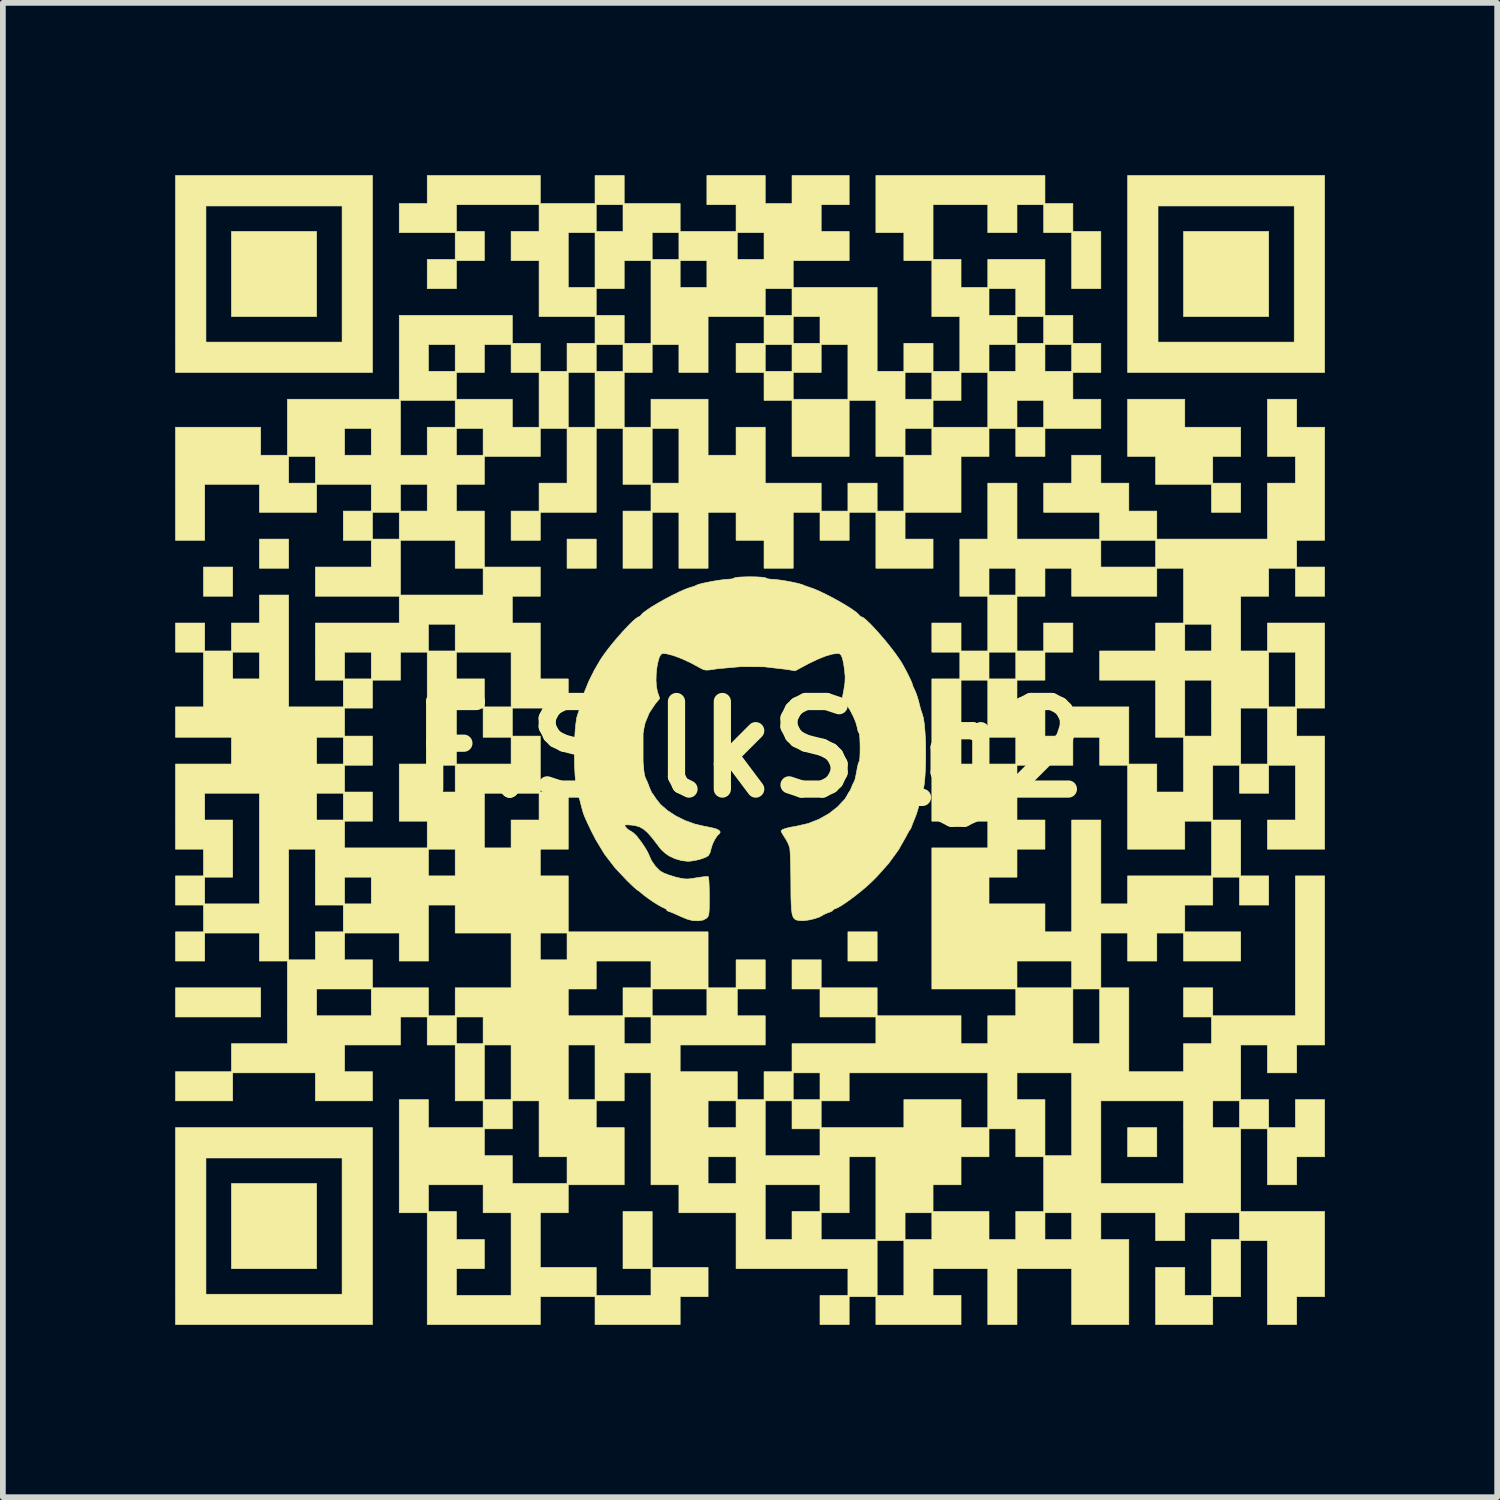
<source format=kicad_pcb>
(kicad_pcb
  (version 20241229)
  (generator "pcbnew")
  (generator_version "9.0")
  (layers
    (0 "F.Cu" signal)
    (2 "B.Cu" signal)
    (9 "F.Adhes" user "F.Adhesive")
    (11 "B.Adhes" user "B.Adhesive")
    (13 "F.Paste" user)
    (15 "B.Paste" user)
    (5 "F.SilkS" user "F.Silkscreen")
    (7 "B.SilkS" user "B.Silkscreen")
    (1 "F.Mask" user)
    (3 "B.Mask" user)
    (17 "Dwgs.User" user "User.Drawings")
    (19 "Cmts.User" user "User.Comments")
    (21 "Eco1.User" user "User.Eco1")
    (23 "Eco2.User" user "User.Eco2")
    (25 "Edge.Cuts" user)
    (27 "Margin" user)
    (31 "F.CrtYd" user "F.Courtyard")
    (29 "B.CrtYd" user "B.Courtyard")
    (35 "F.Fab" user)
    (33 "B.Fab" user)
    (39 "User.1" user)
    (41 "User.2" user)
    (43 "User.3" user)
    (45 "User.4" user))
  (footprint "F.SilkS_g2"
    (layer "F.Cu")
    (at 9.996 9.996)
    (property "Reference" "F.SilkS_g2" (at 0 0 0) (layer "F.SilkS") (effects (font (size 1.524 1.524) (thickness 0.3))))
    (attr through_hole)
    (fp_poly (pts (xy -8.996 -2.667) (xy -9.504 -2.667) (xy -9.504 -3.175) (xy -8.996 -3.175) (xy -8.996 -2.667)) (stroke (width 0.01) (type solid)) (fill yes) (layer "F.SilkS"))
    (fp_poly (pts (xy -8.509 4.657) (xy -9.991 4.657) (xy -9.991 4.149) (xy -8.509 4.149) (xy -8.509 4.657)) (stroke (width 0.01) (type solid)) (fill yes) (layer "F.SilkS"))
    (fp_poly (pts (xy -8.022 -3.154) (xy -8.53 -3.154) (xy -8.53 -3.662) (xy -8.022 -3.662) (xy -8.022 -3.154)) (stroke (width 0.01) (type solid)) (fill yes) (layer "F.SilkS"))
    (fp_poly (pts (xy -7.535 -7.535) (xy -9.017 -7.535) (xy -9.017 -9.017) (xy -7.535 -9.017) (xy -7.535 -7.535)) (stroke (width 0.01) (type solid)) (fill yes) (layer "F.SilkS"))
    (fp_poly (pts (xy -7.535 9.038) (xy -9.017 9.038) (xy -9.017 7.556) (xy -7.535 7.556) (xy -7.535 9.038)) (stroke (width 0.01) (type solid)) (fill yes) (layer "F.SilkS"))
    (fp_poly (pts (xy -2.667 -3.154) (xy -3.175 -3.154) (xy -3.175 -3.662) (xy -2.667 -3.662) (xy -2.667 -3.154)) (stroke (width 0.01) (type solid)) (fill yes) (layer "F.SilkS"))
    (fp_poly (pts (xy 2.223 3.683) (xy 1.714 3.683) (xy 1.714 3.175) (xy 2.223 3.175) (xy 2.223 3.683)) (stroke (width 0.01) (type solid)) (fill yes) (layer "F.SilkS"))
    (fp_poly (pts (xy 7.091 7.091) (xy 6.583 7.091) (xy 6.583 6.583) (xy 7.091 6.583) (xy 7.091 7.091)) (stroke (width 0.01) (type solid)) (fill yes) (layer "F.SilkS"))
    (fp_poly (pts (xy 9.038 -7.535) (xy 7.556 -7.535) (xy 7.556 -9.017) (xy 9.038 -9.017) (xy 9.038 -7.535)) (stroke (width 0.01) (type solid)) (fill yes) (layer "F.SilkS"))
    (fp_poly (pts (xy -6.562 -6.562) (xy -9.991 -6.562) (xy -9.991 -9.461) (xy -9.461 -9.461) (xy -9.461 -7.091) (xy -7.091 -7.091) (xy -7.091 -9.461) (xy -9.461 -9.461) (xy -9.991 -9.461) (xy -9.991 -9.991) (xy -6.562 -9.991) (xy -6.562 -6.562)) (stroke (width 0.01) (type solid)) (fill yes) (layer "F.SilkS"))
    (fp_poly (pts (xy -6.562 10.012) (xy -9.991 10.012) (xy -9.991 7.112) (xy -9.461 7.112) (xy -9.461 9.483) (xy -7.091 9.483) (xy -7.091 7.112) (xy -9.461 7.112) (xy -9.991 7.112) (xy -9.991 6.583) (xy -6.562 6.583) (xy -6.562 10.012)) (stroke (width 0.01) (type solid)) (fill yes) (layer "F.SilkS"))
    (fp_poly (pts (xy 10.012 -6.562) (xy 6.583 -6.562) (xy 6.583 -9.461) (xy 7.112 -9.461) (xy 7.112 -7.091) (xy 9.483 -7.091) (xy 9.483 -9.461) (xy 7.112 -9.461) (xy 6.583 -9.461) (xy 6.583 -9.991) (xy 10.012 -9.991) (xy 10.012 -6.562)) (stroke (width 0.01) (type solid)) (fill yes) (layer "F.SilkS"))
    (fp_poly (pts (xy 7.578 -5.609) (xy 8.551 -5.609) (xy 8.551 -5.101) (xy 8.065 -5.101) (xy 8.065 -4.636) (xy 8.551 -4.636) (xy 8.551 -4.128) (xy 8.043 -4.128) (xy 8.043 -4.614) (xy 7.07 -4.614) (xy 7.07 -5.101) (xy 6.583 -5.101) (xy 6.583 -6.096) (xy 7.578 -6.096) (xy 7.578 -5.609)) (stroke (width 0.01) (type solid)) (fill yes) (layer "F.SilkS"))
    (fp_poly (pts (xy 0.119 -3.004) (xy 0.205 -2.999) (xy 0.264 -2.992) (xy 0.286 -2.985) (xy 0.314 -2.971) (xy 0.366 -2.964) (xy 0.379 -2.963) (xy 0.449 -2.959) (xy 0.543 -2.947) (xy 0.648 -2.931) (xy 0.752 -2.911) (xy 0.843 -2.891) (xy 0.908 -2.873) (xy 0.921 -2.868) (xy 0.984 -2.843) (xy 1.037 -2.825) (xy 1.12 -2.796) (xy 1.224 -2.752) (xy 1.339 -2.696) (xy 1.461 -2.633) (xy 1.581 -2.566) (xy 1.693 -2.5) (xy 1.789 -2.438) (xy 1.863 -2.385) (xy 1.906 -2.344) (xy 1.911 -2.336) (xy 1.941 -2.31) (xy 1.954 -2.307) (xy 1.987 -2.291) (xy 2.04 -2.246) (xy 2.11 -2.179) (xy 2.191 -2.093) (xy 2.279 -1.994) (xy 2.369 -1.889) (xy 2.456 -1.781) (xy 2.536 -1.676) (xy 2.604 -1.58) (xy 2.641 -1.524) (xy 2.679 -1.458) (xy 2.722 -1.379) (xy 2.764 -1.297) (xy 2.8 -1.223) (xy 2.826 -1.165) (xy 2.836 -1.134) (xy 2.836 -1.133) (xy 2.846 -1.101) (xy 2.869 -1.05) (xy 2.876 -1.037) (xy 2.901 -0.978) (xy 2.929 -0.896) (xy 2.951 -0.815) (xy 2.971 -0.735) (xy 2.991 -0.667) (xy 3.006 -0.625) (xy 3.006 -0.624) (xy 3.026 -0.556) (xy 3.043 -0.452) (xy 3.055 -0.322) (xy 3.064 -0.173) (xy 3.068 -0.012) (xy 3.068 0.153) (xy 3.064 0.315) (xy 3.056 0.465) (xy 3.044 0.596) (xy 3.027 0.701) (xy 3.007 0.772) (xy 3.007 0.773) (xy 2.993 0.814) (xy 2.973 0.882) (xy 2.953 0.962) (xy 2.93 1.051) (xy 2.902 1.137) (xy 2.88 1.194) (xy 2.852 1.261) (xy 2.829 1.321) (xy 2.825 1.333) (xy 2.808 1.377) (xy 2.794 1.397) (xy 2.777 1.421) (xy 2.749 1.47) (xy 2.733 1.503) (xy 2.596 1.746) (xy 2.423 1.984) (xy 2.212 2.22) (xy 2.124 2.307) (xy 2.039 2.385) (xy 1.943 2.466) (xy 1.841 2.547) (xy 1.741 2.622) (xy 1.648 2.687) (xy 1.57 2.736) (xy 1.513 2.766) (xy 1.489 2.773) (xy 1.463 2.785) (xy 1.46 2.792) (xy 1.442 2.811) (xy 1.397 2.832) (xy 1.381 2.837) (xy 1.321 2.861) (xy 1.275 2.885) (xy 1.27 2.889) (xy 1.215 2.918) (xy 1.132 2.946) (xy 1.038 2.968) (xy 0.949 2.98) (xy 0.898 2.98) (xy 0.849 2.976) (xy 0.81 2.966) (xy 0.78 2.946) (xy 0.758 2.912) (xy 0.742 2.86) (xy 0.732 2.784) (xy 0.726 2.681) (xy 0.722 2.546) (xy 0.721 2.374) (xy 0.721 2.318) (xy 0.719 2.168) (xy 0.717 2.028) (xy 0.713 1.905) (xy 0.709 1.806) (xy 0.704 1.737) (xy 0.701 1.711) (xy 0.678 1.647) (xy 0.64 1.573) (xy 0.616 1.535) (xy 0.58 1.478) (xy 0.556 1.435) (xy 0.55 1.42) (xy 0.571 1.397) (xy 0.63 1.374) (xy 0.724 1.352) (xy 0.821 1.335) (xy 1.022 1.289) (xy 1.213 1.214) (xy 1.387 1.115) (xy 1.539 0.996) (xy 1.663 0.861) (xy 1.753 0.715) (xy 1.77 0.675) (xy 1.795 0.614) (xy 1.817 0.569) (xy 1.824 0.558) (xy 1.836 0.527) (xy 1.85 0.466) (xy 1.865 0.388) (xy 1.868 0.373) (xy 1.882 0.297) (xy 1.896 0.24) (xy 1.908 0.213) (xy 1.91 0.212) (xy 1.917 0.192) (xy 1.922 0.141) (xy 1.925 0.067) (xy 1.926 -0.019) (xy 1.925 -0.107) (xy 1.922 -0.187) (xy 1.917 -0.248) (xy 1.91 -0.281) (xy 1.908 -0.284) (xy 1.893 -0.31) (xy 1.879 -0.363) (xy 1.875 -0.386) (xy 1.852 -0.47) (xy 1.809 -0.573) (xy 1.754 -0.68) (xy 1.693 -0.776) (xy 1.672 -0.804) (xy 1.613 -0.878) (xy 1.645 -1.048) (xy 1.662 -1.162) (xy 1.666 -1.264) (xy 1.656 -1.377) (xy 1.655 -1.386) (xy 1.637 -1.506) (xy 1.618 -1.589) (xy 1.596 -1.64) (xy 1.569 -1.666) (xy 1.54 -1.672) (xy 1.444 -1.66) (xy 1.323 -1.625) (xy 1.184 -1.569) (xy 1.034 -1.497) (xy 1.017 -1.488) (xy 0.796 -1.369) (xy 0.644 -1.394) (xy 0.256 -1.439) (xy -0.143 -1.442) (xy -0.547 -1.406) (xy -0.614 -1.396) (xy -0.696 -1.384) (xy -0.751 -1.381) (xy -0.793 -1.388) (xy -0.836 -1.407) (xy -0.868 -1.425) (xy -1.03 -1.512) (xy -1.185 -1.583) (xy -1.324 -1.635) (xy -1.442 -1.665) (xy -1.511 -1.672) (xy -1.543 -1.652) (xy -1.571 -1.599) (xy -1.594 -1.519) (xy -1.612 -1.421) (xy -1.623 -1.314) (xy -1.626 -1.205) (xy -1.62 -1.102) (xy -1.604 -1.015) (xy -1.599 -0.997) (xy -1.562 -0.888) (xy -1.638 -0.795) (xy -1.744 -0.637) (xy -1.817 -0.459) (xy -1.86 -0.257) (xy -1.872 -0.029) (xy -1.862 0.158) (xy -1.848 0.29) (xy -1.836 0.387) (xy -1.824 0.454) (xy -1.811 0.497) (xy -1.8 0.519) (xy -1.785 0.549) (xy -1.762 0.605) (xy -1.747 0.646) (xy -1.722 0.707) (xy -1.702 0.75) (xy -1.694 0.762) (xy -1.676 0.785) (xy -1.645 0.831) (xy -1.632 0.852) (xy -1.547 0.959) (xy -1.428 1.062) (xy -1.283 1.157) (xy -1.121 1.237) (xy -0.95 1.299) (xy -0.804 1.333) (xy -0.718 1.35) (xy -0.635 1.368) (xy -0.587 1.38) (xy -0.531 1.406) (xy -0.508 1.437) (xy -0.523 1.466) (xy -0.53 1.472) (xy -0.566 1.509) (xy -0.606 1.572) (xy -0.642 1.646) (xy -0.665 1.717) (xy -0.669 1.734) (xy -0.686 1.797) (xy -0.713 1.845) (xy -0.719 1.851) (xy -0.765 1.878) (xy -0.839 1.905) (xy -0.927 1.928) (xy -1.014 1.943) (xy -1.072 1.947) (xy -1.181 1.935) (xy -1.297 1.901) (xy -1.401 1.852) (xy -1.457 1.813) (xy -1.505 1.771) (xy -1.535 1.743) (xy -1.56 1.713) (xy -1.594 1.668) (xy -1.598 1.662) (xy -1.692 1.54) (xy -1.771 1.45) (xy -1.843 1.387) (xy -1.914 1.347) (xy -1.99 1.325) (xy -2.06 1.316) (xy -2.129 1.312) (xy -2.163 1.314) (xy -2.17 1.325) (xy -2.158 1.348) (xy -2.156 1.351) (xy -2.116 1.392) (xy -2.068 1.421) (xy -2.018 1.454) (xy -1.965 1.505) (xy -1.951 1.522) (xy -1.913 1.573) (xy -1.884 1.611) (xy -1.878 1.619) (xy -1.832 1.686) (xy -1.788 1.758) (xy -1.756 1.82) (xy -1.746 1.845) (xy -1.705 1.936) (xy -1.64 2.029) (xy -1.567 2.105) (xy -1.548 2.12) (xy -1.49 2.152) (xy -1.405 2.185) (xy -1.309 2.215) (xy -1.289 2.221) (xy -1.198 2.242) (xy -1.131 2.253) (xy -1.071 2.255) (xy -1.001 2.247) (xy -0.922 2.234) (xy -0.837 2.221) (xy -0.768 2.213) (xy -0.725 2.212) (xy -0.717 2.213) (xy -0.711 2.237) (xy -0.705 2.296) (xy -0.701 2.383) (xy -0.699 2.489) (xy -0.699 2.559) (xy -0.699 2.685) (xy -0.7 2.776) (xy -0.704 2.838) (xy -0.71 2.88) (xy -0.721 2.907) (xy -0.736 2.927) (xy -0.747 2.938) (xy -0.807 2.97) (xy -0.892 2.983) (xy -0.988 2.979) (xy -1.069 2.959) (xy -1.121 2.939) (xy -1.195 2.908) (xy -1.265 2.876) (xy -1.334 2.846) (xy -1.389 2.824) (xy -1.418 2.815) (xy -1.418 2.815) (xy -1.439 2.8) (xy -1.439 2.795) (xy -1.457 2.774) (xy -1.485 2.761) (xy -1.531 2.74) (xy -1.6 2.7) (xy -1.681 2.649) (xy -1.761 2.594) (xy -1.83 2.543) (xy -1.869 2.51) (xy -1.91 2.475) (xy -1.938 2.456) (xy -1.941 2.455) (xy -1.96 2.441) (xy -2.003 2.404) (xy -2.063 2.348) (xy -2.132 2.281) (xy -2.343 2.056) (xy -2.522 1.823) (xy -2.676 1.569) (xy -2.748 1.429) (xy -2.804 1.312) (xy -2.845 1.224) (xy -2.875 1.155) (xy -2.896 1.096) (xy -2.913 1.037) (xy -2.93 0.969) (xy -2.932 0.963) (xy -2.952 0.883) (xy -2.971 0.815) (xy -2.985 0.773) (xy -2.985 0.773) (xy -3.006 0.7) (xy -3.023 0.594) (xy -3.035 0.461) (xy -3.043 0.31) (xy -3.047 0.148) (xy -3.047 -0.017) (xy -3.043 -0.178) (xy -3.034 -0.328) (xy -3.021 -0.457) (xy -3.005 -0.56) (xy -2.985 -0.624) (xy -2.97 -0.666) (xy -2.95 -0.734) (xy -2.93 -0.813) (xy -2.876 -0.99) (xy -2.798 -1.183) (xy -2.701 -1.378) (xy -2.593 -1.564) (xy -2.529 -1.657) (xy -2.457 -1.754) (xy -2.375 -1.856) (xy -2.287 -1.96) (xy -2.199 -2.059) (xy -2.115 -2.148) (xy -2.041 -2.222) (xy -1.981 -2.276) (xy -1.94 -2.304) (xy -1.929 -2.307) (xy -1.9 -2.323) (xy -1.89 -2.336) (xy -1.855 -2.374) (xy -1.787 -2.425) (xy -1.696 -2.486) (xy -1.587 -2.551) (xy -1.468 -2.618) (xy -1.346 -2.682) (xy -1.228 -2.74) (xy -1.122 -2.787) (xy -1.034 -2.819) (xy -1.005 -2.827) (xy -0.952 -2.844) (xy -0.918 -2.861) (xy -0.885 -2.874) (xy -0.82 -2.891) (xy -0.734 -2.909) (xy -0.638 -2.928) (xy -0.54 -2.944) (xy -0.452 -2.956) (xy -0.383 -2.963) (xy -0.366 -2.963) (xy -0.308 -2.968) (xy -0.27 -2.98) (xy -0.265 -2.985) (xy -0.239 -2.993) (xy -0.178 -3) (xy -0.089 -3.004) (xy 0.011 -3.006) (xy 0.119 -3.004)) (stroke (width 0.01) (type solid)) (fill yes) (layer "F.SilkS"))
    (fp_poly (pts (xy -3.641 -9.504) (xy -2.688 -9.504) (xy -2.688 -9.991) (xy -2.18 -9.991) (xy -2.18 -9.504) (xy -1.206 -9.504) (xy -1.206 -9.017) (xy -0.233 -9.017) (xy -0.233 -9.483) (xy -0.741 -9.483) (xy -0.741 -9.991) (xy 0.275 -9.991) (xy 0.275 -9.504) (xy 0.741 -9.504) (xy 0.741 -9.991) (xy 1.736 -9.991) (xy 1.736 -9.483) (xy 1.249 -9.483) (xy 1.249 -9.017) (xy 1.736 -9.017) (xy 1.736 -8.509) (xy 0.762 -8.509) (xy 0.762 -8.043) (xy 2.223 -8.043) (xy 2.223 -6.583) (xy 2.688 -6.583) (xy 2.688 -7.07) (xy 3.196 -7.07) (xy 3.196 -6.583) (xy 3.662 -6.583) (xy 3.662 -7.048) (xy 4.17 -7.048) (xy 4.17 -6.583) (xy 4.636 -6.583) (xy 4.636 -7.048) (xy 5.144 -7.048) (xy 5.144 -6.583) (xy 5.609 -6.583) (xy 5.609 -7.048) (xy 5.144 -7.048) (xy 4.636 -7.048) (xy 4.17 -7.048) (xy 3.662 -7.048) (xy 3.662 -7.535) (xy 4.657 -7.535) (xy 4.657 -7.07) (xy 5.122 -7.07) (xy 5.122 -7.535) (xy 4.657 -7.535) (xy 3.662 -7.535) (xy 3.175 -7.535) (xy 3.175 -8.022) (xy 4.17 -8.022) (xy 4.17 -7.556) (xy 4.636 -7.556) (xy 4.636 -8.022) (xy 4.17 -8.022) (xy 3.175 -8.022) (xy 3.175 -8.509) (xy 2.688 -8.509) (xy 2.688 -8.996) (xy 2.201 -8.996) (xy 2.201 -9.991) (xy 5.144 -9.991) (xy 5.144 -9.504) (xy 5.63 -9.504) (xy 5.63 -9.017) (xy 6.117 -9.017) (xy 6.117 -8.022) (xy 5.609 -8.022) (xy 5.609 -8.996) (xy 5.122 -8.996) (xy 5.122 -9.483) (xy 4.657 -9.483) (xy 4.657 -8.996) (xy 4.149 -8.996) (xy 4.149 -9.483) (xy 3.196 -9.483) (xy 3.196 -8.53) (xy 3.683 -8.53) (xy 3.683 -8.043) (xy 4.149 -8.043) (xy 4.149 -8.53) (xy 5.144 -8.53) (xy 5.144 -7.556) (xy 5.63 -7.556) (xy 5.63 -7.07) (xy 6.117 -7.07) (xy 6.117 -6.562) (xy 5.63 -6.562) (xy 5.63 -6.096) (xy 6.117 -6.096) (xy 6.117 -5.588) (xy 5.144 -5.588) (xy 5.144 -5.101) (xy 4.636 -5.101) (xy 4.636 -5.588) (xy 4.17 -5.588) (xy 4.17 -5.101) (xy 3.683 -5.101) (xy 3.683 -4.128) (xy 2.709 -4.128) (xy 2.709 -3.662) (xy 3.196 -3.662) (xy 3.196 -3.154) (xy 2.201 -3.154) (xy 2.201 -4.128) (xy 1.736 -4.128) (xy 1.736 -3.641) (xy 1.228 -3.641) (xy 1.228 -4.128) (xy 0.762 -4.128) (xy 0.762 -3.154) (xy 0.254 -3.154) (xy 0.254 -3.641) (xy -0.233 -3.641) (xy -0.233 -4.128) (xy -0.72 -4.128) (xy -0.72 -3.154) (xy -1.228 -3.154) (xy -1.228 -4.128) (xy -1.693 -4.128) (xy -1.693 -3.154) (xy -2.201 -3.154) (xy -2.201 -4.149) (xy -1.714 -4.149) (xy -1.714 -4.614) (xy -2.201 -4.614) (xy -2.201 -5.588) (xy -1.693 -5.588) (xy -1.693 -4.636) (xy -1.228 -4.636) (xy -1.228 -5.588) (xy -1.693 -5.588) (xy -2.201 -5.588) (xy -2.667 -5.588) (xy -2.667 -4.128) (xy -3.641 -4.128) (xy -3.641 -3.641) (xy -4.149 -3.641) (xy -4.149 -4.149) (xy -3.662 -4.149) (xy -3.662 -4.636) (xy -3.175 -4.636) (xy -3.175 -5.588) (xy -3.641 -5.588) (xy -3.641 -5.101) (xy -4.614 -5.101) (xy -4.614 -4.614) (xy -5.101 -4.614) (xy -5.101 -4.149) (xy -4.614 -4.149) (xy -4.614 -3.175) (xy -3.641 -3.175) (xy -3.641 -2.667) (xy -4.128 -2.667) (xy -4.128 -2.201) (xy -3.641 -2.201) (xy -3.641 -1.228) (xy -3.154 -1.228) (xy -3.154 -0.72) (xy -4.128 -0.72) (xy -4.128 -0.233) (xy -3.641 -0.233) (xy -3.641 0.741) (xy -3.154 0.741) (xy -3.154 1.736) (xy -3.641 1.736) (xy -3.641 2.201) (xy -3.154 2.201) (xy -3.154 3.175) (xy -0.72 3.175) (xy -0.72 4.149) (xy -0.233 4.149) (xy -0.233 3.662) (xy 0.275 3.662) (xy 0.275 4.17) (xy -0.212 4.17) (xy -0.212 4.636) (xy 0.275 4.636) (xy 0.275 5.144) (xy -1.206 5.144) (xy -1.206 5.609) (xy -0.212 5.609) (xy -0.212 6.096) (xy 0.254 6.096) (xy 0.254 5.63) (xy 0.762 5.63) (xy 0.762 6.096) (xy 1.228 6.096) (xy 1.228 5.63) (xy 0.762 5.63) (xy 0.254 5.63) (xy 0.254 5.609) (xy 0.741 5.609) (xy 0.741 5.122) (xy 2.201 5.122) (xy 2.201 4.657) (xy 1.228 4.657) (xy 1.228 4.17) (xy 0.741 4.17) (xy 0.741 3.662) (xy 1.249 3.662) (xy 1.249 4.149) (xy 2.223 4.149) (xy 2.223 4.636) (xy 3.683 4.636) (xy 3.683 5.122) (xy 4.149 5.122) (xy 4.149 4.636) (xy 4.636 4.636) (xy 4.636 4.17) (xy 5.63 4.17) (xy 5.63 5.122) (xy 6.096 5.122) (xy 6.096 4.17) (xy 5.63 4.17) (xy 4.636 4.17) (xy 3.175 4.17) (xy 3.175 3.683) (xy 4.657 3.683) (xy 4.657 4.149) (xy 5.609 4.149) (xy 5.609 3.683) (xy 4.657 3.683) (xy 3.175 3.683) (xy 3.175 2.223) (xy 4.17 2.223) (xy 4.17 2.688) (xy 5.144 2.688) (xy 5.144 3.175) (xy 5.609 3.175) (xy 5.609 1.228) (xy 6.117 1.228) (xy 6.117 2.688) (xy 6.583 2.688) (xy 6.583 2.201) (xy 8.043 2.201) (xy 8.043 1.249) (xy 7.578 1.249) (xy 7.578 1.736) (xy 6.583 1.736) (xy 6.583 0.275) (xy 6.096 0.275) (xy 6.096 -0.212) (xy 5.63 -0.212) (xy 5.63 0.275) (xy 4.657 0.275) (xy 4.657 1.228) (xy 5.144 1.228) (xy 5.144 1.736) (xy 4.657 1.736) (xy 4.657 2.223) (xy 4.17 2.223) (xy 3.175 2.223) (xy 3.175 1.714) (xy 4.149 1.714) (xy 4.149 1.249) (xy 3.175 1.249) (xy 3.175 -1.206) (xy 3.683 -1.206) (xy 3.683 0.254) (xy 4.636 0.254) (xy 4.636 -0.212) (xy 4.149 -0.212) (xy 4.149 -1.206) (xy 3.683 -1.206) (xy 3.175 -1.206) (xy 3.175 -1.228) (xy 3.662 -1.228) (xy 3.662 -1.693) (xy 4.17 -1.693) (xy 4.17 -1.228) (xy 4.636 -1.228) (xy 4.636 -1.693) (xy 4.17 -1.693) (xy 3.662 -1.693) (xy 3.175 -1.693) (xy 3.175 -2.201) (xy 3.683 -2.201) (xy 3.683 -1.714) (xy 4.149 -1.714) (xy 4.149 -2.667) (xy 4.657 -2.667) (xy 4.657 -1.714) (xy 5.122 -1.714) (xy 5.122 -2.201) (xy 5.63 -2.201) (xy 5.63 -1.693) (xy 5.144 -1.693) (xy 5.144 -1.206) (xy 4.657 -1.206) (xy 4.657 -0.741) (xy 5.144 -0.741) (xy 5.144 -0.233) (xy 5.609 -0.233) (xy 5.609 -0.741) (xy 6.604 -0.741) (xy 6.604 0.254) (xy 7.091 0.254) (xy 7.091 0.741) (xy 7.556 0.741) (xy 7.556 -0.212) (xy 7.07 -0.212) (xy 7.07 -1.206) (xy 7.578 -1.206) (xy 7.578 -0.233) (xy 8.043 -0.233) (xy 8.043 -0.72) (xy 8.551 -0.72) (xy 8.551 0.254) (xy 9.017 0.254) (xy 9.017 -0.72) (xy 8.551 -0.72) (xy 8.043 -0.72) (xy 8.043 -1.206) (xy 7.578 -1.206) (xy 7.07 -1.206) (xy 6.096 -1.206) (xy 6.096 -1.693) (xy 9.038 -1.693) (xy 9.038 -0.741) (xy 9.504 -0.741) (xy 9.504 -1.693) (xy 9.038 -1.693) (xy 6.096 -1.693) (xy 6.096 -1.714) (xy 7.07 -1.714) (xy 7.07 -2.18) (xy 7.578 -2.18) (xy 7.578 -1.714) (xy 8.043 -1.714) (xy 8.043 -2.18) (xy 7.578 -2.18) (xy 7.07 -2.18) (xy 7.07 -2.201) (xy 7.556 -2.201) (xy 7.556 -3.154) (xy 7.091 -3.154) (xy 7.091 -2.667) (xy 5.609 -2.667) (xy 5.609 -3.154) (xy 5.144 -3.154) (xy 5.144 -2.667) (xy 4.657 -2.667) (xy 4.149 -2.667) (xy 3.662 -2.667) (xy 3.662 -3.154) (xy 4.17 -3.154) (xy 4.17 -2.688) (xy 4.636 -2.688) (xy 4.636 -3.154) (xy 4.17 -3.154) (xy 3.662 -3.154) (xy 3.662 -3.641) (xy 6.117 -3.641) (xy 6.117 -3.175) (xy 7.07 -3.175) (xy 7.07 -3.641) (xy 6.117 -3.641) (xy 3.662 -3.641) (xy 3.662 -3.662) (xy 4.149 -3.662) (xy 4.149 -4.636) (xy 4.657 -4.636) (xy 4.657 -3.662) (xy 6.096 -3.662) (xy 6.096 -4.128) (xy 5.122 -4.128) (xy 5.122 -4.636) (xy 5.609 -4.636) (xy 5.609 -5.122) (xy 6.117 -5.122) (xy 6.117 -4.636) (xy 6.604 -4.636) (xy 6.604 -4.149) (xy 7.091 -4.149) (xy 7.091 -3.662) (xy 9.017 -3.662) (xy 9.017 -4.636) (xy 9.504 -4.636) (xy 9.504 -5.101) (xy 9.017 -5.101) (xy 9.017 -6.096) (xy 9.525 -6.096) (xy 9.525 -5.609) (xy 10.012 -5.609) (xy 10.012 -3.641) (xy 9.525 -3.641) (xy 9.525 -3.175) (xy 10.012 -3.175) (xy 10.012 -2.667) (xy 9.504 -2.667) (xy 9.504 -3.154) (xy 9.038 -3.154) (xy 9.038 -2.667) (xy 8.551 -2.667) (xy 8.551 -1.714) (xy 9.017 -1.714) (xy 9.017 -2.201) (xy 10.012 -2.201) (xy 10.012 -0.72) (xy 9.525 -0.72) (xy 9.525 -0.233) (xy 10.012 -0.233) (xy 10.012 1.736) (xy 9.017 1.736) (xy 9.017 1.228) (xy 9.504 1.228) (xy 9.504 0.275) (xy 9.038 0.275) (xy 9.038 0.762) (xy 8.53 0.762) (xy 8.53 0.275) (xy 8.065 0.275) (xy 8.065 1.228) (xy 8.551 1.228) (xy 8.551 2.201) (xy 9.038 2.201) (xy 9.038 2.709) (xy 8.53 2.709) (xy 8.53 2.223) (xy 8.065 2.223) (xy 8.065 2.709) (xy 7.578 2.709) (xy 7.578 3.175) (xy 8.551 3.175) (xy 8.551 3.683) (xy 7.556 3.683) (xy 7.556 3.196) (xy 7.091 3.196) (xy 7.091 3.683) (xy 6.583 3.683) (xy 6.583 3.196) (xy 6.117 3.196) (xy 6.117 4.149) (xy 6.604 4.149) (xy 6.604 5.609) (xy 7.556 5.609) (xy 7.556 5.122) (xy 8.043 5.122) (xy 8.043 4.657) (xy 7.556 4.657) (xy 7.556 4.149) (xy 8.065 4.149) (xy 8.065 4.636) (xy 9.504 4.636) (xy 9.504 2.201) (xy 10.012 2.201) (xy 10.012 5.144) (xy 9.525 5.144) (xy 9.525 5.63) (xy 9.017 5.63) (xy 9.017 5.144) (xy 8.551 5.144) (xy 8.551 6.096) (xy 9.038 6.096) (xy 9.038 6.583) (xy 9.504 6.583) (xy 9.504 6.096) (xy 10.012 6.096) (xy 10.012 7.091) (xy 9.525 7.091) (xy 9.525 7.578) (xy 9.017 7.578) (xy 9.017 6.604) (xy 8.551 6.604) (xy 8.551 8.043) (xy 10.012 8.043) (xy 10.012 9.525) (xy 9.525 9.525) (xy 9.525 10.012) (xy 9.017 10.012) (xy 9.017 8.551) (xy 8.551 8.551) (xy 8.551 9.525) (xy 8.065 9.525) (xy 8.065 10.012) (xy 7.07 10.012) (xy 7.07 9.017) (xy 7.578 9.017) (xy 7.578 9.504) (xy 8.043 9.504) (xy 8.043 8.53) (xy 8.53 8.53) (xy 8.53 8.065) (xy 7.578 8.065) (xy 7.578 8.551) (xy 7.07 8.551) (xy 7.07 8.065) (xy 6.117 8.065) (xy 6.117 8.53) (xy 6.604 8.53) (xy 6.604 10.012) (xy 5.609 10.012) (xy 5.609 9.038) (xy 4.657 9.038) (xy 4.657 10.012) (xy 4.149 10.012) (xy 4.149 9.038) (xy 3.196 9.038) (xy 3.196 9.504) (xy 3.683 9.504) (xy 3.683 10.012) (xy 2.201 10.012) (xy 2.201 9.525) (xy 1.736 9.525) (xy 1.736 10.012) (xy 1.228 10.012) (xy 1.228 9.504) (xy 1.714 9.504) (xy 1.714 9.038) (xy -0.233 9.038) (xy -0.233 8.551) (xy 2.223 8.551) (xy 2.223 9.504) (xy 2.688 9.504) (xy 2.688 8.551) (xy 2.223 8.551) (xy -0.233 8.551) (xy -0.233 8.065) (xy -1.228 8.065) (xy -1.228 7.578) (xy 0.275 7.578) (xy 0.275 8.53) (xy 0.741 8.53) (xy 0.741 8.065) (xy 1.249 8.065) (xy 1.249 8.53) (xy 2.201 8.53) (xy 2.201 8.065) (xy 2.709 8.065) (xy 2.709 8.53) (xy 3.175 8.53) (xy 3.175 8.065) (xy 2.709 8.065) (xy 2.201 8.065) (xy 2.201 7.578) (xy 3.196 7.578) (xy 3.196 8.043) (xy 4.17 8.043) (xy 4.17 8.53) (xy 4.636 8.53) (xy 4.636 8.065) (xy 5.144 8.065) (xy 5.144 8.53) (xy 5.609 8.53) (xy 5.609 8.065) (xy 5.144 8.065) (xy 4.636 8.065) (xy 4.636 8.043) (xy 5.122 8.043) (xy 5.122 7.091) (xy 4.636 7.091) (xy 4.636 6.604) (xy 4.17 6.604) (xy 4.17 7.091) (xy 3.683 7.091) (xy 3.683 7.578) (xy 3.196 7.578) (xy 2.201 7.578) (xy 2.201 7.091) (xy 1.736 7.091) (xy 1.736 8.065) (xy 1.249 8.065) (xy 0.741 8.065) (xy 0.741 8.043) (xy 1.228 8.043) (xy 1.228 7.578) (xy 0.275 7.578) (xy -1.228 7.578) (xy -1.714 7.578) (xy -1.714 7.091) (xy -0.72 7.091) (xy -0.72 7.556) (xy -0.233 7.556) (xy -0.233 7.091) (xy -0.72 7.091) (xy -1.714 7.091) (xy -1.714 6.117) (xy -0.72 6.117) (xy -0.72 6.583) (xy -0.233 6.583) (xy -0.233 6.117) (xy 0.275 6.117) (xy 0.275 7.07) (xy 1.228 7.07) (xy 1.228 6.604) (xy 0.741 6.604) (xy 0.741 6.117) (xy 1.249 6.117) (xy 1.249 6.583) (xy 2.688 6.583) (xy 2.688 6.096) (xy 3.683 6.096) (xy 3.683 6.583) (xy 4.149 6.583) (xy 4.149 5.63) (xy 4.657 5.63) (xy 4.657 6.096) (xy 5.144 6.096) (xy 5.144 7.07) (xy 5.609 7.07) (xy 5.609 6.117) (xy 6.117 6.117) (xy 6.117 7.556) (xy 7.556 7.556) (xy 7.556 6.117) (xy 8.065 6.117) (xy 8.065 6.583) (xy 8.53 6.583) (xy 8.53 6.117) (xy 8.065 6.117) (xy 7.556 6.117) (xy 6.117 6.117) (xy 5.609 6.117) (xy 5.609 5.63) (xy 4.657 5.63) (xy 4.149 5.63) (xy 1.736 5.63) (xy 1.736 6.117) (xy 1.249 6.117) (xy 0.741 6.117) (xy 0.275 6.117) (xy -0.233 6.117) (xy -0.72 6.117) (xy -1.714 6.117) (xy -1.714 5.63) (xy -2.18 5.63) (xy -2.18 6.117) (xy -2.667 6.117) (xy -2.667 6.583) (xy -2.18 6.583) (xy -2.18 7.578) (xy -3.154 7.578) (xy -3.154 8.065) (xy -3.641 8.065) (xy -3.641 9.017) (xy -2.667 9.017) (xy -2.667 9.504) (xy -1.714 9.504) (xy -1.714 9.038) (xy -2.201 9.038) (xy -2.201 8.043) (xy -1.693 8.043) (xy -1.693 9.017) (xy -0.72 9.017) (xy -0.72 9.525) (xy -1.206 9.525) (xy -1.206 10.012) (xy -2.688 10.012) (xy -2.688 9.525) (xy -3.641 9.525) (xy -3.641 10.012) (xy -5.609 10.012) (xy -5.609 8.065) (xy -6.096 8.065) (xy -6.096 7.578) (xy -5.588 7.578) (xy -5.588 8.043) (xy -5.101 8.043) (xy -5.101 8.53) (xy -4.614 8.53) (xy -4.614 9.038) (xy -5.101 9.038) (xy -5.101 9.504) (xy -4.149 9.504) (xy -4.149 8.065) (xy -4.636 8.065) (xy -4.636 7.578) (xy -5.588 7.578) (xy -6.096 7.578) (xy -6.096 6.604) (xy -4.614 6.604) (xy -4.614 7.07) (xy -4.128 7.07) (xy -4.128 7.556) (xy -3.175 7.556) (xy -3.175 7.091) (xy -3.662 7.091) (xy -3.662 6.117) (xy -4.128 6.117) (xy -4.128 6.604) (xy -4.614 6.604) (xy -6.096 6.604) (xy -6.096 6.096) (xy -5.588 6.096) (xy -5.588 6.583) (xy -4.636 6.583) (xy -4.636 6.117) (xy -5.122 6.117) (xy -5.122 5.144) (xy -4.614 5.144) (xy -4.614 6.096) (xy -4.149 6.096) (xy -4.149 5.144) (xy -3.154 5.144) (xy -3.154 6.096) (xy -2.688 6.096) (xy -2.688 5.144) (xy -3.154 5.144) (xy -4.149 5.144) (xy -4.614 5.144) (xy -5.122 5.144) (xy -5.609 5.144) (xy -5.609 4.657) (xy -5.101 4.657) (xy -5.101 5.122) (xy -4.636 5.122) (xy -4.636 4.657) (xy -2.18 4.657) (xy -2.18 5.122) (xy -1.714 5.122) (xy -1.714 4.657) (xy -2.18 4.657) (xy -4.636 4.657) (xy -5.101 4.657) (xy -5.609 4.657) (xy -6.075 4.657) (xy -6.075 5.144) (xy -7.048 5.144) (xy -7.048 5.609) (xy -6.562 5.609) (xy -6.562 6.117) (xy -7.556 6.117) (xy -7.556 5.63) (xy -8.996 5.63) (xy -8.996 6.117) (xy -9.991 6.117) (xy -9.991 5.609) (xy -9.017 5.609) (xy -9.017 5.122) (xy -8.043 5.122) (xy -8.043 4.17) (xy -7.535 4.17) (xy -7.535 4.636) (xy -6.583 4.636) (xy -6.583 4.17) (xy -7.535 4.17) (xy -8.043 4.17) (xy -8.043 3.683) (xy -8.53 3.683) (xy -8.53 3.196) (xy -9.483 3.196) (xy -9.483 3.683) (xy -9.991 3.683) (xy -9.991 3.175) (xy -9.504 3.175) (xy -9.504 2.709) (xy -9.991 2.709) (xy -9.991 2.201) (xy -9.504 2.201) (xy -9.504 1.736) (xy -9.991 1.736) (xy -9.991 0.762) (xy -9.483 0.762) (xy -9.483 1.228) (xy -8.996 1.228) (xy -8.996 2.223) (xy -9.483 2.223) (xy -9.483 2.688) (xy -8.53 2.688) (xy -8.53 1.736) (xy -8.022 1.736) (xy -8.022 3.662) (xy -7.556 3.662) (xy -7.556 3.196) (xy -7.048 3.196) (xy -7.048 3.662) (xy -6.562 3.662) (xy -6.562 4.149) (xy -5.588 4.149) (xy -5.588 4.636) (xy -5.122 4.636) (xy -5.122 4.17) (xy -3.154 4.17) (xy -3.154 4.636) (xy -2.201 4.636) (xy -2.201 4.17) (xy -1.693 4.17) (xy -1.693 4.636) (xy -0.741 4.636) (xy -0.741 4.17) (xy -1.693 4.17) (xy -2.201 4.17) (xy -2.201 4.149) (xy -1.714 4.149) (xy -1.714 3.683) (xy -2.667 3.683) (xy -2.667 4.17) (xy -3.154 4.17) (xy -5.122 4.17) (xy -5.122 4.149) (xy -4.149 4.149) (xy -4.149 3.196) (xy -3.641 3.196) (xy -3.641 3.662) (xy -3.175 3.662) (xy -3.175 3.196) (xy -3.641 3.196) (xy -4.149 3.196) (xy -5.122 3.196) (xy -5.122 2.709) (xy -5.588 2.709) (xy -5.588 3.683) (xy -6.096 3.683) (xy -6.096 3.196) (xy -7.048 3.196) (xy -7.556 3.196) (xy -7.556 3.175) (xy -7.07 3.175) (xy -7.07 2.709) (xy -7.556 2.709) (xy -7.556 2.223) (xy -7.048 2.223) (xy -7.048 2.688) (xy -6.583 2.688) (xy -6.583 2.223) (xy -7.048 2.223) (xy -7.556 2.223) (xy -7.556 1.736) (xy -5.588 1.736) (xy -5.588 2.201) (xy -5.122 2.201) (xy -5.122 1.736) (xy -5.588 1.736) (xy -7.556 1.736) (xy -8.022 1.736) (xy -8.53 1.736) (xy -8.53 0.762) (xy -7.535 0.762) (xy -7.535 1.228) (xy -7.07 1.228) (xy -7.07 0.762) (xy -7.535 0.762) (xy -8.53 0.762) (xy -9.483 0.762) (xy -9.991 0.762) (xy -9.991 0.254) (xy -9.017 0.254) (xy -9.017 -0.212) (xy -7.535 -0.212) (xy -7.535 0.254) (xy -7.07 0.254) (xy -7.07 -0.212) (xy -7.535 -0.212) (xy -9.017 -0.212) (xy -9.991 -0.212) (xy -9.991 -0.72) (xy -7.048 -0.72) (xy -7.048 -0.233) (xy -6.562 -0.233) (xy -6.562 0.275) (xy -7.048 0.275) (xy -7.048 0.741) (xy -6.562 0.741) (xy -6.562 1.249) (xy -7.048 1.249) (xy -7.048 1.714) (xy -5.609 1.714) (xy -5.609 1.249) (xy -6.096 1.249) (xy -6.096 0.762) (xy -4.614 0.762) (xy -4.614 1.714) (xy -4.149 1.714) (xy -4.149 1.228) (xy -3.662 1.228) (xy -3.662 0.762) (xy -4.614 0.762) (xy -6.096 0.762) (xy -6.096 0.275) (xy -5.588 0.275) (xy -5.588 0.741) (xy -5.122 0.741) (xy -5.122 0.275) (xy -5.588 0.275) (xy -6.096 0.275) (xy -6.096 0.254) (xy -5.609 0.254) (xy -5.609 -0.72) (xy -5.101 -0.72) (xy -5.101 0.254) (xy -4.149 0.254) (xy -4.149 -0.212) (xy -4.636 -0.212) (xy -4.636 -0.72) (xy -5.101 -0.72) (xy -5.609 -0.72) (xy -5.609 -1.693) (xy -5.101 -1.693) (xy -5.101 -1.228) (xy -4.614 -1.228) (xy -4.614 -0.741) (xy -4.149 -0.741) (xy -4.149 -1.693) (xy -5.101 -1.693) (xy -5.609 -1.693) (xy -6.075 -1.693) (xy -6.075 -1.206) (xy -6.562 -1.206) (xy -6.562 -0.72) (xy -7.048 -0.72) (xy -9.991 -0.72) (xy -9.991 -0.741) (xy -9.504 -0.741) (xy -9.504 -1.693) (xy -8.996 -1.693) (xy -8.996 -1.228) (xy -8.53 -1.228) (xy -8.53 -1.693) (xy -8.996 -1.693) (xy -9.504 -1.693) (xy -9.991 -1.693) (xy -9.991 -2.201) (xy -9.483 -2.201) (xy -9.483 -1.714) (xy -9.017 -1.714) (xy -9.017 -2.201) (xy -8.53 -2.201) (xy -8.53 -2.688) (xy -8.022 -2.688) (xy -8.022 -0.741) (xy -7.07 -0.741) (xy -7.07 -1.206) (xy -7.556 -1.206) (xy -7.556 -1.693) (xy -7.048 -1.693) (xy -7.048 -1.228) (xy -6.583 -1.228) (xy -6.583 -1.693) (xy -7.048 -1.693) (xy -7.556 -1.693) (xy -7.556 -2.18) (xy -5.588 -2.18) (xy -5.588 -1.714) (xy -5.122 -1.714) (xy -5.122 -2.18) (xy -5.588 -2.18) (xy -7.556 -2.18) (xy -7.556 -2.201) (xy -6.096 -2.201) (xy -6.096 -2.667) (xy -7.556 -2.667) (xy -7.556 -3.175) (xy -6.583 -3.175) (xy -6.583 -3.641) (xy -6.075 -3.641) (xy -6.075 -2.688) (xy -4.636 -2.688) (xy -4.636 -3.154) (xy -5.122 -3.154) (xy -5.122 -3.641) (xy -6.075 -3.641) (xy -6.583 -3.641) (xy -7.07 -3.641) (xy -7.07 -4.128) (xy -6.562 -4.128) (xy -6.562 -3.662) (xy -6.096 -3.662) (xy -6.096 -4.128) (xy -6.562 -4.128) (xy -7.07 -4.128) (xy -7.07 -4.149) (xy -6.583 -4.149) (xy -6.583 -4.614) (xy -6.075 -4.614) (xy -6.075 -4.149) (xy -5.609 -4.149) (xy -5.609 -4.614) (xy -6.075 -4.614) (xy -6.583 -4.614) (xy -7.535 -4.614) (xy -7.535 -4.128) (xy -8.53 -4.128) (xy -8.53 -4.614) (xy -9.483 -4.614) (xy -9.483 -3.641) (xy -9.991 -3.641) (xy -9.991 -5.101) (xy -8.022 -5.101) (xy -8.022 -4.636) (xy -7.556 -4.636) (xy -7.556 -5.101) (xy -8.022 -5.101) (xy -9.991 -5.101) (xy -9.991 -5.609) (xy -8.509 -5.609) (xy -8.509 -5.122) (xy -8.043 -5.122) (xy -8.043 -5.588) (xy -7.048 -5.588) (xy -7.048 -5.122) (xy -6.583 -5.122) (xy -6.583 -5.588) (xy -7.048 -5.588) (xy -8.043 -5.588) (xy -8.043 -6.075) (xy -6.075 -6.075) (xy -6.075 -5.122) (xy -5.609 -5.122) (xy -5.609 -5.588) (xy -5.101 -5.588) (xy -5.101 -5.122) (xy -4.636 -5.122) (xy -4.636 -5.588) (xy -5.101 -5.588) (xy -5.609 -5.588) (xy -5.609 -5.609) (xy -5.122 -5.609) (xy -5.122 -6.075) (xy -6.075 -6.075) (xy -8.043 -6.075) (xy -8.043 -6.096) (xy -6.096 -6.096) (xy -6.096 -6.562) (xy -5.101 -6.562) (xy -5.101 -6.096) (xy -4.128 -6.096) (xy -4.128 -5.609) (xy -3.662 -5.609) (xy -3.662 -6.562) (xy -3.154 -6.562) (xy -3.154 -5.609) (xy -2.688 -5.609) (xy -2.688 -6.562) (xy -2.18 -6.562) (xy -2.18 -5.609) (xy -1.714 -5.609) (xy -1.714 -6.096) (xy -0.72 -6.096) (xy -0.72 -5.122) (xy -0.233 -5.122) (xy -0.233 -5.609) (xy 0.275 -5.609) (xy 0.275 -4.636) (xy 1.249 -4.636) (xy 1.249 -4.149) (xy 1.714 -4.149) (xy 1.714 -4.636) (xy 2.223 -4.636) (xy 2.223 -4.149) (xy 2.688 -4.149) (xy 2.688 -5.101) (xy 2.201 -5.101) (xy 2.201 -5.588) (xy 2.709 -5.588) (xy 2.709 -5.122) (xy 3.175 -5.122) (xy 3.175 -5.588) (xy 2.709 -5.588) (xy 2.201 -5.588) (xy 2.201 -6.075) (xy 3.196 -6.075) (xy 3.196 -5.609) (xy 4.149 -5.609) (xy 4.149 -6.075) (xy 4.657 -6.075) (xy 4.657 -5.609) (xy 5.122 -5.609) (xy 5.122 -6.075) (xy 4.657 -6.075) (xy 4.149 -6.075) (xy 4.149 -6.562) (xy 3.683 -6.562) (xy 3.683 -6.075) (xy 3.196 -6.075) (xy 2.201 -6.075) (xy 1.736 -6.075) (xy 1.736 -5.101) (xy 0.741 -5.101) (xy 0.741 -6.075) (xy 0.254 -6.075) (xy 0.254 -6.562) (xy 0.762 -6.562) (xy 0.762 -6.096) (xy 1.714 -6.096) (xy 1.714 -6.562) (xy 2.709 -6.562) (xy 2.709 -6.096) (xy 3.175 -6.096) (xy 3.175 -6.562) (xy 2.709 -6.562) (xy 1.714 -6.562) (xy 1.714 -7.048) (xy 1.249 -7.048) (xy 1.249 -6.562) (xy 0.762 -6.562) (xy 0.254 -6.562) (xy -0.233 -6.562) (xy -0.233 -7.048) (xy 0.275 -7.048) (xy 0.275 -6.583) (xy 0.741 -6.583) (xy 0.741 -7.048) (xy 0.275 -7.048) (xy -0.233 -7.048) (xy -0.233 -7.07) (xy 0.254 -7.07) (xy 0.254 -7.535) (xy 0.762 -7.535) (xy 0.762 -7.07) (xy 1.228 -7.07) (xy 1.228 -7.535) (xy 0.762 -7.535) (xy 0.254 -7.535) (xy -0.72 -7.535) (xy -0.72 -6.562) (xy -1.228 -6.562) (xy -1.228 -7.048) (xy -1.693 -7.048) (xy -1.693 -6.562) (xy -2.18 -6.562) (xy -2.688 -6.562) (xy -3.154 -6.562) (xy -3.662 -6.562) (xy -4.149 -6.562) (xy -4.149 -7.048) (xy -4.614 -7.048) (xy -4.614 -6.562) (xy -5.101 -6.562) (xy -6.096 -6.562) (xy -6.096 -7.048) (xy -5.588 -7.048) (xy -5.588 -6.583) (xy -5.122 -6.583) (xy -5.122 -7.048) (xy -5.588 -7.048) (xy -6.096 -7.048) (xy -6.096 -7.556) (xy -4.128 -7.556) (xy -4.128 -7.07) (xy -3.641 -7.07) (xy -3.641 -6.583) (xy -3.175 -6.583) (xy -3.175 -7.048) (xy -2.667 -7.048) (xy -2.667 -6.583) (xy -2.201 -6.583) (xy -2.201 -7.048) (xy -2.667 -7.048) (xy -3.175 -7.048) (xy -3.175 -7.07) (xy -2.688 -7.07) (xy -2.688 -7.535) (xy -3.662 -7.535) (xy -3.662 -8.022) (xy -2.667 -8.022) (xy -2.667 -7.556) (xy -2.18 -7.556) (xy -2.18 -7.07) (xy -1.714 -7.07) (xy -1.714 -8.022) (xy 0.275 -8.022) (xy 0.275 -7.556) (xy 0.741 -7.556) (xy 0.741 -8.022) (xy 0.275 -8.022) (xy -1.714 -8.022) (xy -1.714 -8.509) (xy -1.206 -8.509) (xy -1.206 -8.043) (xy -0.741 -8.043) (xy -0.741 -8.509) (xy -1.206 -8.509) (xy -1.714 -8.509) (xy -2.18 -8.509) (xy -2.18 -8.022) (xy -2.667 -8.022) (xy -3.662 -8.022) (xy -3.662 -8.509) (xy -4.149 -8.509) (xy -4.149 -8.996) (xy -3.154 -8.996) (xy -3.154 -8.043) (xy -2.688 -8.043) (xy -2.688 -8.996) (xy -1.693 -8.996) (xy -1.693 -8.53) (xy -1.228 -8.53) (xy -1.228 -8.996) (xy -0.212 -8.996) (xy -0.212 -8.53) (xy 0.254 -8.53) (xy 0.254 -8.996) (xy -0.212 -8.996) (xy -1.228 -8.996) (xy -1.693 -8.996) (xy -2.688 -8.996) (xy -3.154 -8.996) (xy -4.149 -8.996) (xy -4.149 -9.017) (xy -3.662 -9.017) (xy -3.662 -9.483) (xy -2.667 -9.483) (xy -2.667 -9.017) (xy -2.201 -9.017) (xy -2.201 -9.483) (xy -2.667 -9.483) (xy -3.662 -9.483) (xy -5.101 -9.483) (xy -5.101 -9.017) (xy -4.614 -9.017) (xy -4.614 -8.509) (xy -5.101 -8.509) (xy -5.101 -8.022) (xy -5.609 -8.022) (xy -5.609 -8.53) (xy -5.122 -8.53) (xy -5.122 -8.996) (xy -6.096 -8.996) (xy -6.096 -9.504) (xy -5.609 -9.504) (xy -5.609 -9.991) (xy -3.641 -9.991) (xy -3.641 -9.504)) (stroke (width 0.01) (type solid)) (fill yes) (layer "F.SilkS")))
  (gr_rect
    (start -3 -3)
    (end 23.012 23.012)
    (stroke (width 0.1) (type default))
    (fill no)
    (layer "Edge.Cuts")))
</source>
